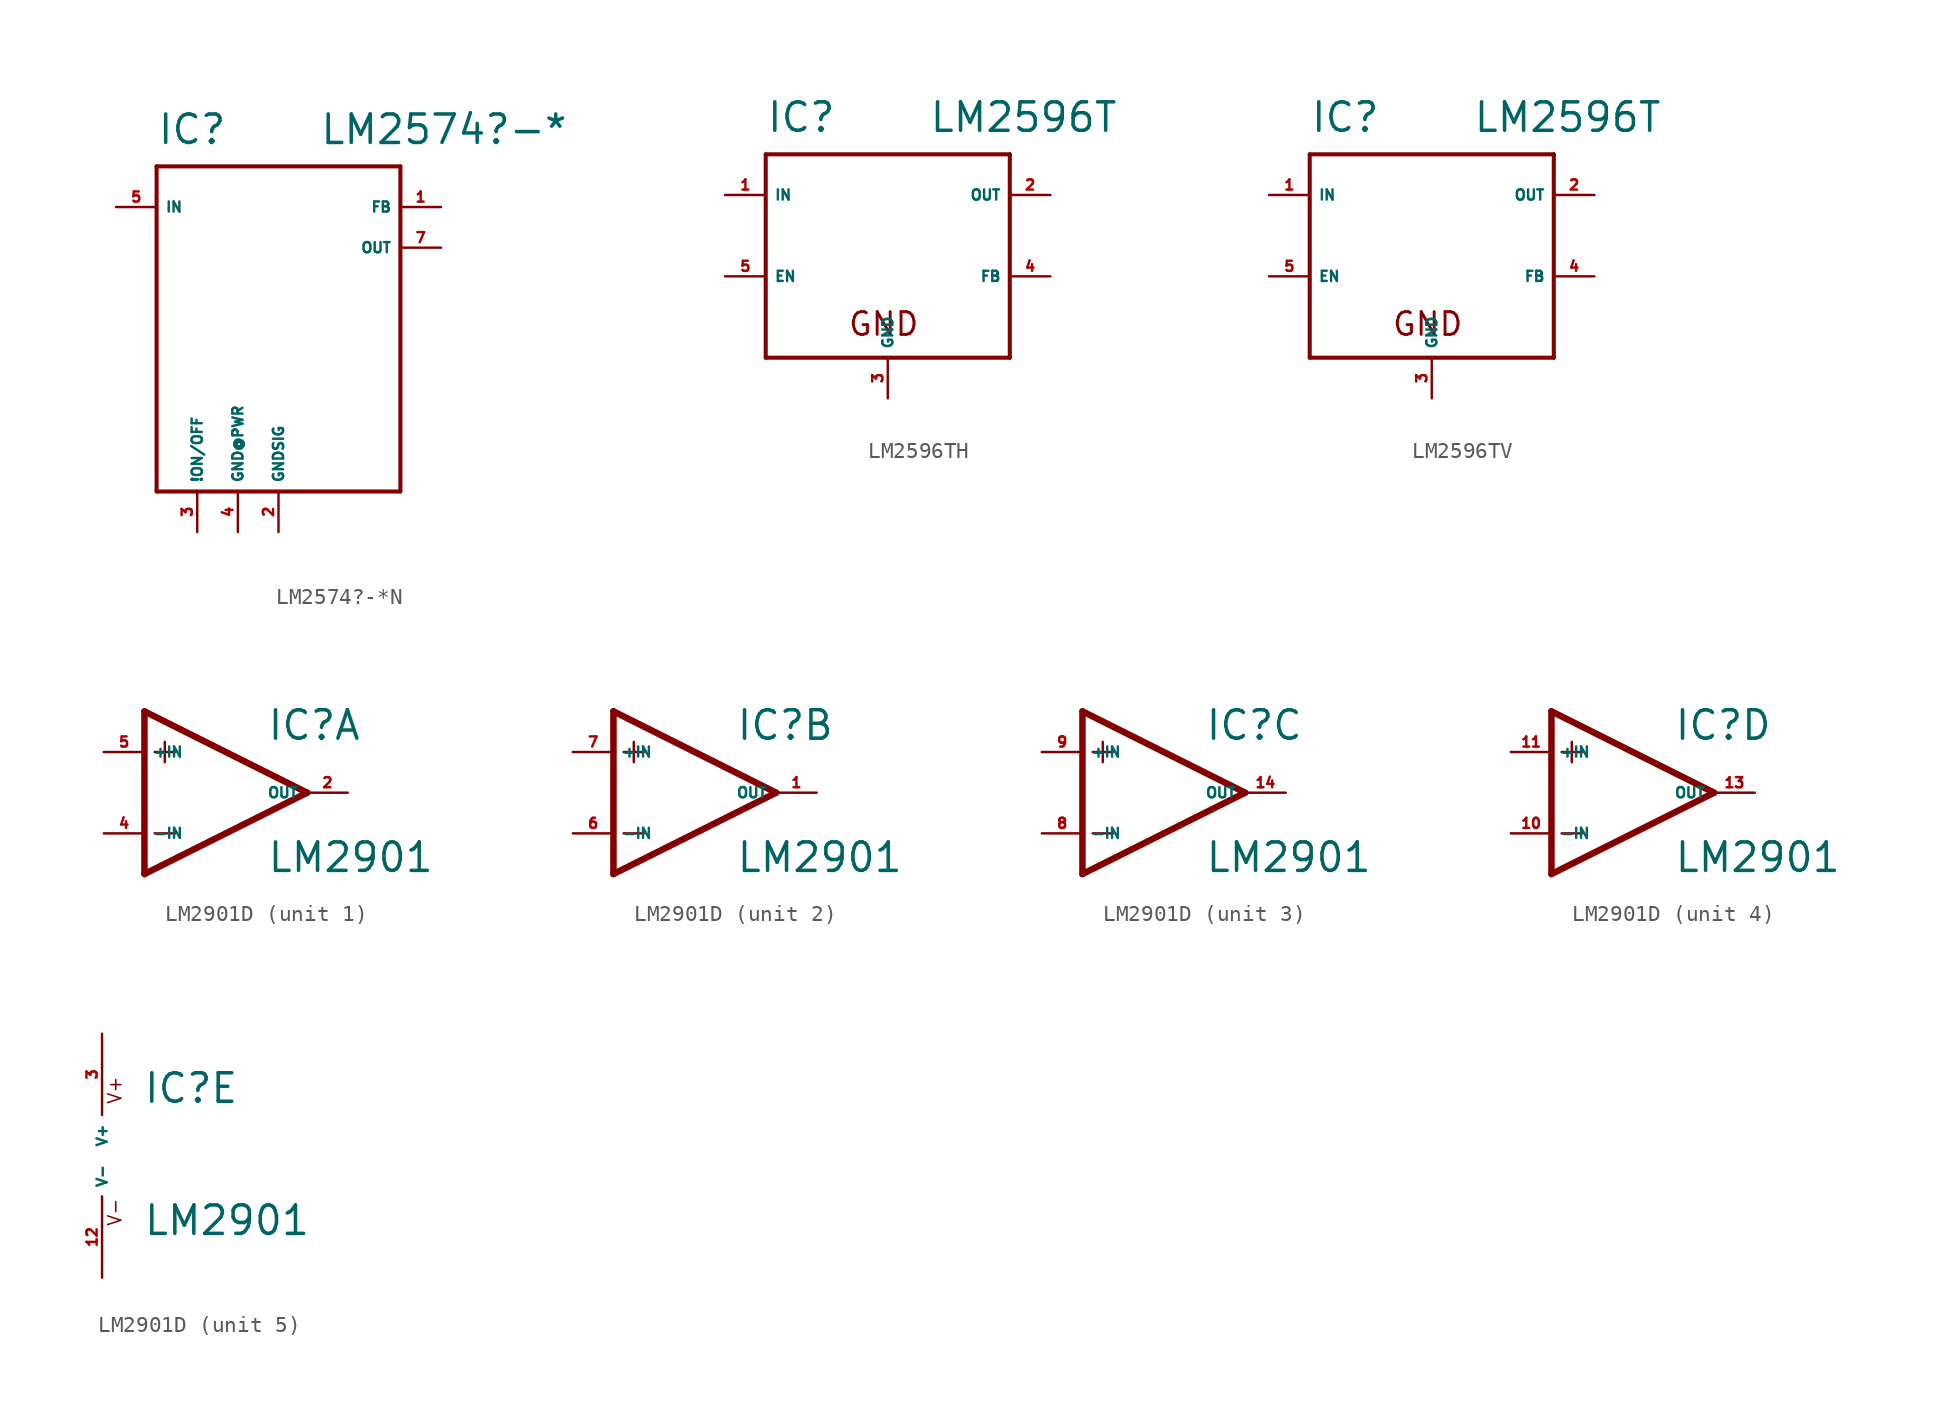
<source format=kicad_sym>
(kicad_symbol_lib
  (version 20220914)
  (generator Eagle2Kicad)
  (symbol "LM2574?-*N"
    (property "Reference" "IC"
      (at -7.62 11.43 0)
      (effects (font (size 1.778 1.778) (thickness 0.22)) (justify left bottom)))
    (property "Value" "LM2574?-*"
      (at 2.54 11.43 0)
      (effects (font (size 1.778 1.778) (thickness 0.22)) (justify left bottom)))
    (polyline
      (pts (xy -7.62 10.16) (xy 7.62 10.16))
      (stroke (width 0.254) (type default))
      (fill (type none)))
    (polyline
      (pts (xy 7.62 10.16) (xy 7.62 -10.16))
      (stroke (width 0.254) (type default))
      (fill (type none)))
    (polyline
      (pts (xy 7.62 -10.16) (xy -7.62 -10.16))
      (stroke (width 0.254) (type default))
      (fill (type none)))
    (polyline
      (pts (xy -7.62 -10.16) (xy -7.62 10.16))
      (stroke (width 0.254) (type default))
      (fill (type none)))
    (pin input line
      (at -10.16 7.62 0)
      (length 2.54)
      (name "IN" (effects (font (size 0.635 0.635) (thickness 0.08)) (justify left bottom)))
      (number "5" (effects (font (size 0.635 0.635) (thickness 0.08)) (justify left bottom))))
    (pin passive line
      (at 10.16 5.08 180)
      (length 2.54)
      (name "OUT" (effects (font (size 0.635 0.635) (thickness 0.08)) (justify left bottom)))
      (number "7" (effects (font (size 0.635 0.635) (thickness 0.08)) (justify left bottom))))
    (pin unspecified line
      (at -2.54 -12.7 90)
      (length 2.54)
      (name "GND@PWR" (effects (font (size 0.635 0.635) (thickness 0.08)) (justify left bottom)))
      (number "4" (effects (font (size 0.635 0.635) (thickness 0.08)) (justify left bottom))))
    (pin input line
      (at 10.16 7.62 180)
      (length 2.54)
      (name "FB" (effects (font (size 0.635 0.635) (thickness 0.08)) (justify left bottom)))
      (number "1" (effects (font (size 0.635 0.635) (thickness 0.08)) (justify left bottom))))
    (pin input line
      (at -5.08 -12.7 90)
      (length 2.54)
      (name "!ON/OFF" (effects (font (size 0.635 0.635) (thickness 0.08)) (justify left bottom)))
      (number "3" (effects (font (size 0.635 0.635) (thickness 0.08)) (justify left bottom))))
    (pin input line
      (at 0 -12.7 90)
      (length 2.54)
      (name "GNDSIG" (effects (font (size 0.635 0.635) (thickness 0.08)) (justify left bottom)))
      (number "2" (effects (font (size 0.635 0.635) (thickness 0.08)) (justify left bottom)))))
  (symbol "LM2596TH"
    (property "Reference" "IC"
      (at -7.62 6.35 0)
      (effects (font (size 1.778 1.778) (thickness 0.22)) (justify left bottom)))
    (property "Value" "LM2596T"
      (at 2.54 6.35 0)
      (effects (font (size 1.778 1.778) (thickness 0.22)) (justify left bottom)))
    (polyline
      (pts (xy -7.62 5.08) (xy 7.62 5.08))
      (stroke (width 0.254) (type default))
      (fill (type none)))
    (polyline
      (pts (xy 7.62 5.08) (xy 7.62 -7.62))
      (stroke (width 0.254) (type default))
      (fill (type none)))
    (polyline
      (pts (xy 7.62 -7.62) (xy -7.62 -7.62))
      (stroke (width 0.254) (type default))
      (fill (type none)))
    (polyline
      (pts (xy -7.62 -7.62) (xy -7.62 5.08))
      (stroke (width 0.254) (type default))
      (fill (type none)))
    (text "GND"
      (at -2.54 -6.35 0)
      (effects (font (size 1.422 1.422) (thickness 0.18)) (justify left bottom)))
    (pin input line
      (at -10.16 2.54 0)
      (length 2.54)
      (name "IN" (effects (font (size 0.635 0.635) (thickness 0.08)) (justify left bottom)))
      (number "1" (effects (font (size 0.635 0.635) (thickness 0.08)) (justify left bottom))))
    (pin output line
      (at 10.16 2.54 180)
      (length 2.54)
      (name "OUT" (effects (font (size 0.635 0.635) (thickness 0.08)) (justify left bottom)))
      (number "2" (effects (font (size 0.635 0.635) (thickness 0.08)) (justify left bottom))))
    (pin unspecified line
      (at 0 -10.16 90)
      (length 2.54)
      (name "GND" (effects (font (size 0.635 0.635) (thickness 0.08)) (justify left bottom)))
      (number "3" (effects (font (size 0.635 0.635) (thickness 0.08)) (justify left bottom))))
    (pin input line
      (at 10.16 -2.54 180)
      (length 2.54)
      (name "FB" (effects (font (size 0.635 0.635) (thickness 0.08)) (justify left bottom)))
      (number "4" (effects (font (size 0.635 0.635) (thickness 0.08)) (justify left bottom))))
    (pin input line
      (at -10.16 -2.54 0)
      (length 2.54)
      (name "EN" (effects (font (size 0.635 0.635) (thickness 0.08)) (justify left bottom)))
      (number "5" (effects (font (size 0.635 0.635) (thickness 0.08)) (justify left bottom)))))
  (symbol "LM2596TV"
    (property "Reference" "IC"
      (at -7.62 6.35 0)
      (effects (font (size 1.778 1.778) (thickness 0.22)) (justify left bottom)))
    (property "Value" "LM2596T"
      (at 2.54 6.35 0)
      (effects (font (size 1.778 1.778) (thickness 0.22)) (justify left bottom)))
    (polyline
      (pts (xy -7.62 5.08) (xy 7.62 5.08))
      (stroke (width 0.254) (type default))
      (fill (type none)))
    (polyline
      (pts (xy 7.62 5.08) (xy 7.62 -7.62))
      (stroke (width 0.254) (type default))
      (fill (type none)))
    (polyline
      (pts (xy 7.62 -7.62) (xy -7.62 -7.62))
      (stroke (width 0.254) (type default))
      (fill (type none)))
    (polyline
      (pts (xy -7.62 -7.62) (xy -7.62 5.08))
      (stroke (width 0.254) (type default))
      (fill (type none)))
    (text "GND"
      (at -2.54 -6.35 0)
      (effects (font (size 1.422 1.422) (thickness 0.18)) (justify left bottom)))
    (pin input line
      (at -10.16 2.54 0)
      (length 2.54)
      (name "IN" (effects (font (size 0.635 0.635) (thickness 0.08)) (justify left bottom)))
      (number "1" (effects (font (size 0.635 0.635) (thickness 0.08)) (justify left bottom))))
    (pin output line
      (at 10.16 2.54 180)
      (length 2.54)
      (name "OUT" (effects (font (size 0.635 0.635) (thickness 0.08)) (justify left bottom)))
      (number "2" (effects (font (size 0.635 0.635) (thickness 0.08)) (justify left bottom))))
    (pin unspecified line
      (at 0 -10.16 90)
      (length 2.54)
      (name "GND" (effects (font (size 0.635 0.635) (thickness 0.08)) (justify left bottom)))
      (number "3" (effects (font (size 0.635 0.635) (thickness 0.08)) (justify left bottom))))
    (pin input line
      (at 10.16 -2.54 180)
      (length 2.54)
      (name "FB" (effects (font (size 0.635 0.635) (thickness 0.08)) (justify left bottom)))
      (number "4" (effects (font (size 0.635 0.635) (thickness 0.08)) (justify left bottom))))
    (pin input line
      (at -10.16 -2.54 0)
      (length 2.54)
      (name "EN" (effects (font (size 0.635 0.635) (thickness 0.08)) (justify left bottom)))
      (number "5" (effects (font (size 0.635 0.635) (thickness 0.08)) (justify left bottom)))))
  (symbol "LM2901D"
    (property "Reference" "IC"
      (at 2.54 3.175 0)
      (effects (font (size 1.778 1.778) (thickness 0.22)) (justify left bottom)))
    (property "Value" "LM2901"
      (at 2.54 -5.08 0)
      (effects (font (size 1.778 1.778) (thickness 0.22)) (justify left bottom)))
    (symbol "LM2901D_1_0"
      (polyline (pts (xy -5.08 5.08) (xy -5.08 -5.08)) (stroke (width 0.406) (type default)) (fill (type none)))
      (polyline (pts (xy -5.08 -5.08) (xy 5.08 0)) (stroke (width 0.406) (type default)) (fill (type none)))
      (polyline (pts (xy 5.08 0) (xy -5.08 5.08)) (stroke (width 0.406) (type default)) (fill (type none)))
      (polyline (pts (xy -3.81 3.175) (xy -3.81 1.905)) (stroke (width 0.152) (type default)) (fill (type none)))
      (polyline (pts (xy -4.445 2.54) (xy -3.175 2.54)) (stroke (width 0.152) (type default)) (fill (type none)))
      (polyline (pts (xy -4.445 -2.54) (xy -3.175 -2.54)) (stroke (width 0.152) (type default)) (fill (type none)))
      (pin input line (at -7.62 -2.54 0) (length 2.54) (name "-IN" (effects (font (size 0.635 0.635) (thickness 0.08)) (justify left bottom))) (number "4" (effects (font (size 0.635 0.635) (thickness 0.08)) (justify left bottom))))
      (pin input line (at -7.62 2.54 0) (length 2.54) (name "+IN" (effects (font (size 0.635 0.635) (thickness 0.08)) (justify left bottom))) (number "5" (effects (font (size 0.635 0.635) (thickness 0.08)) (justify left bottom))))
      (pin output line (at 7.62 0 180) (length 2.54) (name "OUT" (effects (font (size 0.635 0.635) (thickness 0.08)) (justify left bottom))) (number "2" (effects (font (size 0.635 0.635) (thickness 0.08)) (justify left bottom)))))
    (symbol "LM2901D_2_0"
      (polyline (pts (xy -5.08 5.08) (xy -5.08 -5.08)) (stroke (width 0.406) (type default)) (fill (type none)))
      (polyline (pts (xy -5.08 -5.08) (xy 5.08 0)) (stroke (width 0.406) (type default)) (fill (type none)))
      (polyline (pts (xy 5.08 0) (xy -5.08 5.08)) (stroke (width 0.406) (type default)) (fill (type none)))
      (polyline (pts (xy -3.81 3.175) (xy -3.81 1.905)) (stroke (width 0.152) (type default)) (fill (type none)))
      (polyline (pts (xy -4.445 2.54) (xy -3.175 2.54)) (stroke (width 0.152) (type default)) (fill (type none)))
      (polyline (pts (xy -4.445 -2.54) (xy -3.175 -2.54)) (stroke (width 0.152) (type default)) (fill (type none)))
      (pin input line (at -7.62 -2.54 0) (length 2.54) (name "-IN" (effects (font (size 0.635 0.635) (thickness 0.08)) (justify left bottom))) (number "6" (effects (font (size 0.635 0.635) (thickness 0.08)) (justify left bottom))))
      (pin input line (at -7.62 2.54 0) (length 2.54) (name "+IN" (effects (font (size 0.635 0.635) (thickness 0.08)) (justify left bottom))) (number "7" (effects (font (size 0.635 0.635) (thickness 0.08)) (justify left bottom))))
      (pin output line (at 7.62 0 180) (length 2.54) (name "OUT" (effects (font (size 0.635 0.635) (thickness 0.08)) (justify left bottom))) (number "1" (effects (font (size 0.635 0.635) (thickness 0.08)) (justify left bottom)))))
    (symbol "LM2901D_3_0"
      (polyline (pts (xy -5.08 5.08) (xy -5.08 -5.08)) (stroke (width 0.406) (type default)) (fill (type none)))
      (polyline (pts (xy -5.08 -5.08) (xy 5.08 0)) (stroke (width 0.406) (type default)) (fill (type none)))
      (polyline (pts (xy 5.08 0) (xy -5.08 5.08)) (stroke (width 0.406) (type default)) (fill (type none)))
      (polyline (pts (xy -3.81 3.175) (xy -3.81 1.905)) (stroke (width 0.152) (type default)) (fill (type none)))
      (polyline (pts (xy -4.445 2.54) (xy -3.175 2.54)) (stroke (width 0.152) (type default)) (fill (type none)))
      (polyline (pts (xy -4.445 -2.54) (xy -3.175 -2.54)) (stroke (width 0.152) (type default)) (fill (type none)))
      (pin input line (at -7.62 -2.54 0) (length 2.54) (name "-IN" (effects (font (size 0.635 0.635) (thickness 0.08)) (justify left bottom))) (number "8" (effects (font (size 0.635 0.635) (thickness 0.08)) (justify left bottom))))
      (pin input line (at -7.62 2.54 0) (length 2.54) (name "+IN" (effects (font (size 0.635 0.635) (thickness 0.08)) (justify left bottom))) (number "9" (effects (font (size 0.635 0.635) (thickness 0.08)) (justify left bottom))))
      (pin output line (at 7.62 0 180) (length 2.54) (name "OUT" (effects (font (size 0.635 0.635) (thickness 0.08)) (justify left bottom))) (number "14" (effects (font (size 0.635 0.635) (thickness 0.08)) (justify left bottom)))))
    (symbol "LM2901D_4_0"
      (polyline (pts (xy -5.08 5.08) (xy -5.08 -5.08)) (stroke (width 0.406) (type default)) (fill (type none)))
      (polyline (pts (xy -5.08 -5.08) (xy 5.08 0)) (stroke (width 0.406) (type default)) (fill (type none)))
      (polyline (pts (xy 5.08 0) (xy -5.08 5.08)) (stroke (width 0.406) (type default)) (fill (type none)))
      (polyline (pts (xy -3.81 3.175) (xy -3.81 1.905)) (stroke (width 0.152) (type default)) (fill (type none)))
      (polyline (pts (xy -4.445 2.54) (xy -3.175 2.54)) (stroke (width 0.152) (type default)) (fill (type none)))
      (polyline (pts (xy -4.445 -2.54) (xy -3.175 -2.54)) (stroke (width 0.152) (type default)) (fill (type none)))
      (pin input line (at -7.62 -2.54 0) (length 2.54) (name "-IN" (effects (font (size 0.635 0.635) (thickness 0.08)) (justify left bottom))) (number "10" (effects (font (size 0.635 0.635) (thickness 0.08)) (justify left bottom))))
      (pin input line (at -7.62 2.54 0) (length 2.54) (name "+IN" (effects (font (size 0.635 0.635) (thickness 0.08)) (justify left bottom))) (number "11" (effects (font (size 0.635 0.635) (thickness 0.08)) (justify left bottom))))
      (pin output line (at 7.62 0 180) (length 2.54) (name "OUT" (effects (font (size 0.635 0.635) (thickness 0.08)) (justify left bottom))) (number "13" (effects (font (size 0.635 0.635) (thickness 0.08)) (justify left bottom)))))
    (symbol "LM2901D_5_0"
      (text "V+" (at 1.27 3.175 900) (effects (font (size 0.813 0.813) (thickness 0.10)) (justify left bottom)))
      (text "V-" (at 1.27 -4.445 900) (effects (font (size 0.813 0.813) (thickness 0.10)) (justify left bottom)))
      (pin unspecified line (at 0 7.62 270) (length 5.08) (name "V+" (effects (font (size 0.635 0.635) (thickness 0.08)) (justify left bottom))) (number "3" (effects (font (size 0.635 0.635) (thickness 0.08)) (justify left bottom))))
      (pin unspecified line (at 0 -7.62 90) (length 5.08) (name "V-" (effects (font (size 0.635 0.635) (thickness 0.08)) (justify left bottom))) (number "12" (effects (font (size 0.635 0.635) (thickness 0.08)) (justify left bottom)))))))
</source>
